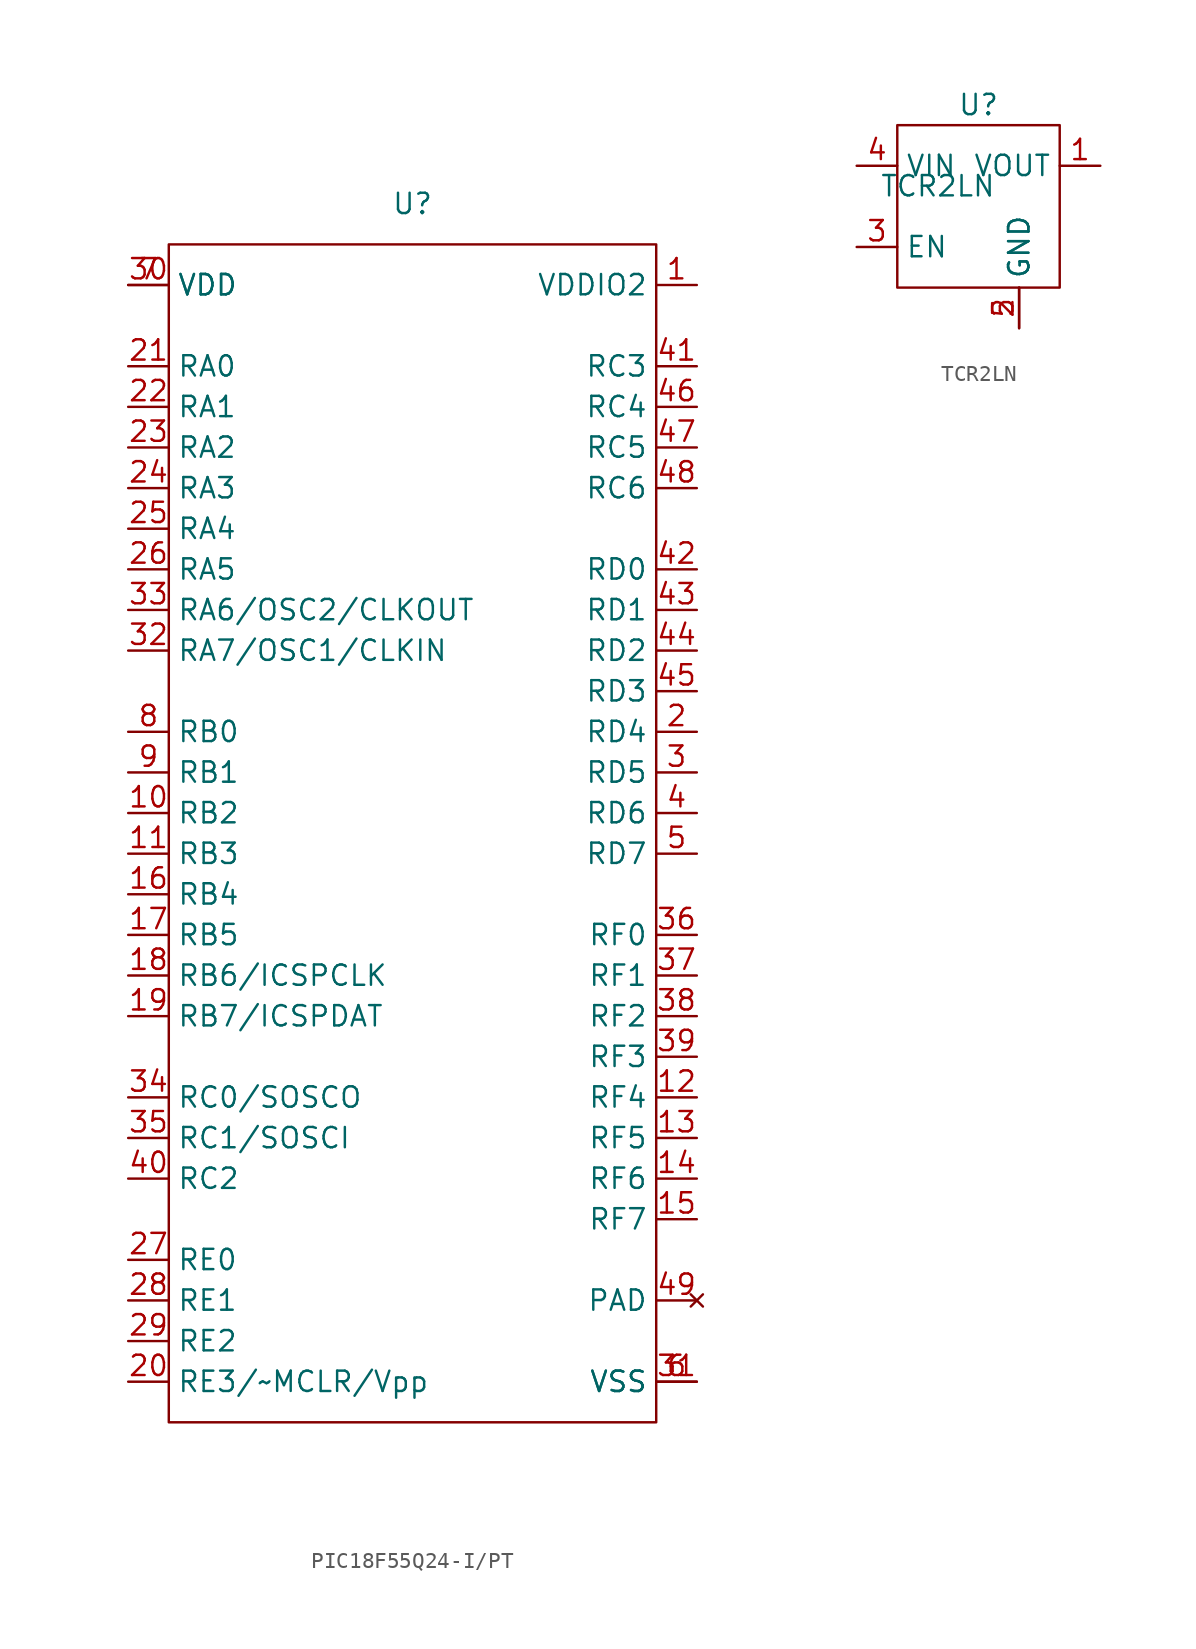
<source format=kicad_sym>
(kicad_symbol_lib
  (version 20231120)
  (generator "kicad_symbol_editor")
  (generator_version "8.0")
  (symbol "PIC18F55Q24-I/PT"
    (property "Reference" "U"
      (at 0 39.37 0)
      (effects (font (size 1.27 1.27))))
    (property "Value" ""
      (at 0 2.54 0)
      (effects (font (size 1.27 1.27))))
    (symbol "PIC18F55Q24-I/PT_0_1"
      (rectangle (start -15.24 36.83) (end 15.24 -36.83) (stroke (width 0) (type default)) (fill (type none))))
    (symbol "PIC18F55Q24-I/PT_1_1"
      (pin power_in line (at 17.78 34.29 180) (length 2.54) (name "VDDIO2" (effects (font (size 1.27 1.27)))) (number "1" (effects (font (size 1.27 1.27)))))
      (pin bidirectional line (at -17.78 1.27 0) (length 2.54) (name "RB2" (effects (font (size 1.27 1.27)))) (number "10" (effects (font (size 1.27 1.27)))))
      (pin bidirectional line (at -17.78 -1.27 0) (length 2.54) (name "RB3" (effects (font (size 1.27 1.27)))) (number "11" (effects (font (size 1.27 1.27)))))
      (pin bidirectional line (at 17.78 -16.51 180) (length 2.54) (name "RF4" (effects (font (size 1.27 1.27)))) (number "12" (effects (font (size 1.27 1.27)))))
      (pin bidirectional line (at 17.78 -19.05 180) (length 2.54) (name "RF5" (effects (font (size 1.27 1.27)))) (number "13" (effects (font (size 1.27 1.27)))))
      (pin bidirectional line (at 17.78 -21.59 180) (length 2.54) (name "RF6" (effects (font (size 1.27 1.27)))) (number "14" (effects (font (size 1.27 1.27)))))
      (pin bidirectional line (at 17.78 -24.13 180) (length 2.54) (name "RF7" (effects (font (size 1.27 1.27)))) (number "15" (effects (font (size 1.27 1.27)))))
      (pin bidirectional line (at -17.78 -3.81 0) (length 2.54) (name "RB4" (effects (font (size 1.27 1.27)))) (number "16" (effects (font (size 1.27 1.27)))))
      (pin bidirectional line (at -17.78 -6.35 0) (length 2.54) (name "RB5" (effects (font (size 1.27 1.27)))) (number "17" (effects (font (size 1.27 1.27)))))
      (pin bidirectional line (at -17.78 -8.89 0) (length 2.54) (name "RB6/ICSPCLK" (effects (font (size 1.27 1.27)))) (number "18" (effects (font (size 1.27 1.27)))))
      (pin bidirectional line (at -17.78 -11.43 0) (length 2.54) (name "RB7/ICSPDAT" (effects (font (size 1.27 1.27)))) (number "19" (effects (font (size 1.27 1.27)))))
      (pin bidirectional line (at 17.78 6.35 180) (length 2.54) (name "RD4" (effects (font (size 1.27 1.27)))) (number "2" (effects (font (size 1.27 1.27)))))
      (pin bidirectional line (at -17.78 -34.29 0) (length 2.54) (name "RE3/~MCLR/Vpp" (effects (font (size 1.27 1.27)))) (number "20" (effects (font (size 1.27 1.27)))))
      (pin bidirectional line (at -17.78 29.21 0) (length 2.54) (name "RA0" (effects (font (size 1.27 1.27)))) (number "21" (effects (font (size 1.27 1.27)))))
      (pin bidirectional line (at -17.78 26.67 0) (length 2.54) (name "RA1" (effects (font (size 1.27 1.27)))) (number "22" (effects (font (size 1.27 1.27)))))
      (pin bidirectional line (at -17.78 24.13 0) (length 2.54) (name "RA2" (effects (font (size 1.27 1.27)))) (number "23" (effects (font (size 1.27 1.27)))))
      (pin bidirectional line (at -17.78 21.59 0) (length 2.54) (name "RA3" (effects (font (size 1.27 1.27)))) (number "24" (effects (font (size 1.27 1.27)))))
      (pin bidirectional line (at -17.78 19.05 0) (length 2.54) (name "RA4" (effects (font (size 1.27 1.27)))) (number "25" (effects (font (size 1.27 1.27)))))
      (pin bidirectional line (at -17.78 16.51 0) (length 2.54) (name "RA5" (effects (font (size 1.27 1.27)))) (number "26" (effects (font (size 1.27 1.27)))))
      (pin bidirectional line (at -17.78 -26.67 0) (length 2.54) (name "RE0" (effects (font (size 1.27 1.27)))) (number "27" (effects (font (size 1.27 1.27)))))
      (pin bidirectional line (at -17.78 -29.21 0) (length 2.54) (name "RE1" (effects (font (size 1.27 1.27)))) (number "28" (effects (font (size 1.27 1.27)))))
      (pin bidirectional line (at -17.78 -31.75 0) (length 2.54) (name "RE2" (effects (font (size 1.27 1.27)))) (number "29" (effects (font (size 1.27 1.27)))))
      (pin bidirectional line (at 17.78 3.81 180) (length 2.54) (name "RD5" (effects (font (size 1.27 1.27)))) (number "3" (effects (font (size 1.27 1.27)))))
      (pin power_in line (at -17.78 34.29 0) (length 2.54) (name "VDD" (effects (font (size 1.27 1.27)))) (number "30" (effects (font (size 1.27 1.27)))))
      (pin power_in line (at 17.78 -34.29 180) (length 2.54) (name "VSS" (effects (font (size 1.27 1.27)))) (number "31" (effects (font (size 1.27 1.27)))))
      (pin bidirectional line (at -17.78 11.43 0) (length 2.54) (name "RA7/OSC1/CLKIN" (effects (font (size 1.27 1.27)))) (number "32" (effects (font (size 1.27 1.27)))))
      (pin bidirectional line (at -17.78 13.97 0) (length 2.54) (name "RA6/OSC2/CLKOUT" (effects (font (size 1.27 1.27)))) (number "33" (effects (font (size 1.27 1.27)))))
      (pin bidirectional line (at -17.78 -16.51 0) (length 2.54) (name "RC0/SOSCO" (effects (font (size 1.27 1.27)))) (number "34" (effects (font (size 1.27 1.27)))))
      (pin bidirectional line (at -17.78 -19.05 0) (length 2.54) (name "RC1/SOSCI" (effects (font (size 1.27 1.27)))) (number "35" (effects (font (size 1.27 1.27)))))
      (pin bidirectional line (at 17.78 -6.35 180) (length 2.54) (name "RF0" (effects (font (size 1.27 1.27)))) (number "36" (effects (font (size 1.27 1.27)))))
      (pin bidirectional line (at 17.78 -8.89 180) (length 2.54) (name "RF1" (effects (font (size 1.27 1.27)))) (number "37" (effects (font (size 1.27 1.27)))))
      (pin bidirectional line (at 17.78 -11.43 180) (length 2.54) (name "RF2" (effects (font (size 1.27 1.27)))) (number "38" (effects (font (size 1.27 1.27)))))
      (pin bidirectional line (at 17.78 -13.97 180) (length 2.54) (name "RF3" (effects (font (size 1.27 1.27)))) (number "39" (effects (font (size 1.27 1.27)))))
      (pin bidirectional line (at 17.78 1.27 180) (length 2.54) (name "RD6" (effects (font (size 1.27 1.27)))) (number "4" (effects (font (size 1.27 1.27)))))
      (pin bidirectional line (at -17.78 -21.59 0) (length 2.54) (name "RC2" (effects (font (size 1.27 1.27)))) (number "40" (effects (font (size 1.27 1.27)))))
      (pin bidirectional line (at 17.78 29.21 180) (length 2.54) (name "RC3" (effects (font (size 1.27 1.27)))) (number "41" (effects (font (size 1.27 1.27)))))
      (pin bidirectional line (at 17.78 16.51 180) (length 2.54) (name "RD0" (effects (font (size 1.27 1.27)))) (number "42" (effects (font (size 1.27 1.27)))))
      (pin bidirectional line (at 17.78 13.97 180) (length 2.54) (name "RD1" (effects (font (size 1.27 1.27)))) (number "43" (effects (font (size 1.27 1.27)))))
      (pin bidirectional line (at 17.78 11.43 180) (length 2.54) (name "RD2" (effects (font (size 1.27 1.27)))) (number "44" (effects (font (size 1.27 1.27)))))
      (pin bidirectional line (at 17.78 8.89 180) (length 2.54) (name "RD3" (effects (font (size 1.27 1.27)))) (number "45" (effects (font (size 1.27 1.27)))))
      (pin bidirectional line (at 17.78 26.67 180) (length 2.54) (name "RC4" (effects (font (size 1.27 1.27)))) (number "46" (effects (font (size 1.27 1.27)))))
      (pin bidirectional line (at 17.78 24.13 180) (length 2.54) (name "RC5" (effects (font (size 1.27 1.27)))) (number "47" (effects (font (size 1.27 1.27)))))
      (pin bidirectional line (at 17.78 21.59 180) (length 2.54) (name "RC6" (effects (font (size 1.27 1.27)))) (number "48" (effects (font (size 1.27 1.27)))))
      (pin no_connect line (at 17.78 -29.21 180) (length 2.54) (name "PAD" (effects (font (size 1.27 1.27)))) (number "49" (effects (font (size 1.27 1.27)))))
      (pin bidirectional line (at 17.78 -1.27 180) (length 2.54) (name "RD7" (effects (font (size 1.27 1.27)))) (number "5" (effects (font (size 1.27 1.27)))))
      (pin power_in line (at 17.78 -34.29 180) (length 2.54) (name "VSS" (effects (font (size 1.27 1.27)))) (number "6" (effects (font (size 1.27 1.27)))))
      (pin power_in line (at -17.78 34.29 0) (length 2.54) (name "VDD" (effects (font (size 1.27 1.27)))) (number "7" (effects (font (size 1.27 1.27)))))
      (pin bidirectional line (at -17.78 6.35 0) (length 2.54) (name "RB0" (effects (font (size 1.27 1.27)))) (number "8" (effects (font (size 1.27 1.27)))))
      (pin bidirectional line (at -17.78 3.81 0) (length 2.54) (name "RB1" (effects (font (size 1.27 1.27)))) (number "9" (effects (font (size 1.27 1.27)))))))
  (symbol "TCR2LN"
    (property "Reference" "U"
      (at 0 6.35 0)
      (effects (font (size 1.27 1.27))))
    (property "Value" "TCR2LN"
      (at -2.54 1.27 0)
      (effects (font (size 1.27 1.27))))
    (symbol "TCR2LN_0_1"
      (rectangle (start -5.08 5.08) (end 5.08 -5.08) (stroke (width 0) (type default)) (fill (type none))))
    (symbol "TCR2LN_1_1"
      (pin power_out line (at 7.62 2.54 180) (length 2.54) (name "VOUT" (effects (font (size 1.27 1.27)))) (number "1" (effects (font (size 1.27 1.27)))))
      (pin power_in line (at 2.54 -7.62 90) (length 2.54) (name "GND" (effects (font (size 1.27 1.27)))) (number "2" (effects (font (size 1.27 1.27)))))
      (pin input line (at -7.62 -2.54 0) (length 2.54) (name "EN" (effects (font (size 1.27 1.27)))) (number "3" (effects (font (size 1.27 1.27)))))
      (pin power_in line (at -7.62 2.54 0) (length 2.54) (name "VIN" (effects (font (size 1.27 1.27)))) (number "4" (effects (font (size 1.27 1.27)))))
      (pin power_in line (at 2.54 -7.62 90) (length 2.54) (name "GND" (effects (font (size 1.27 1.27)))) (number "5" (effects (font (size 1.27 1.27))))))))
</source>
